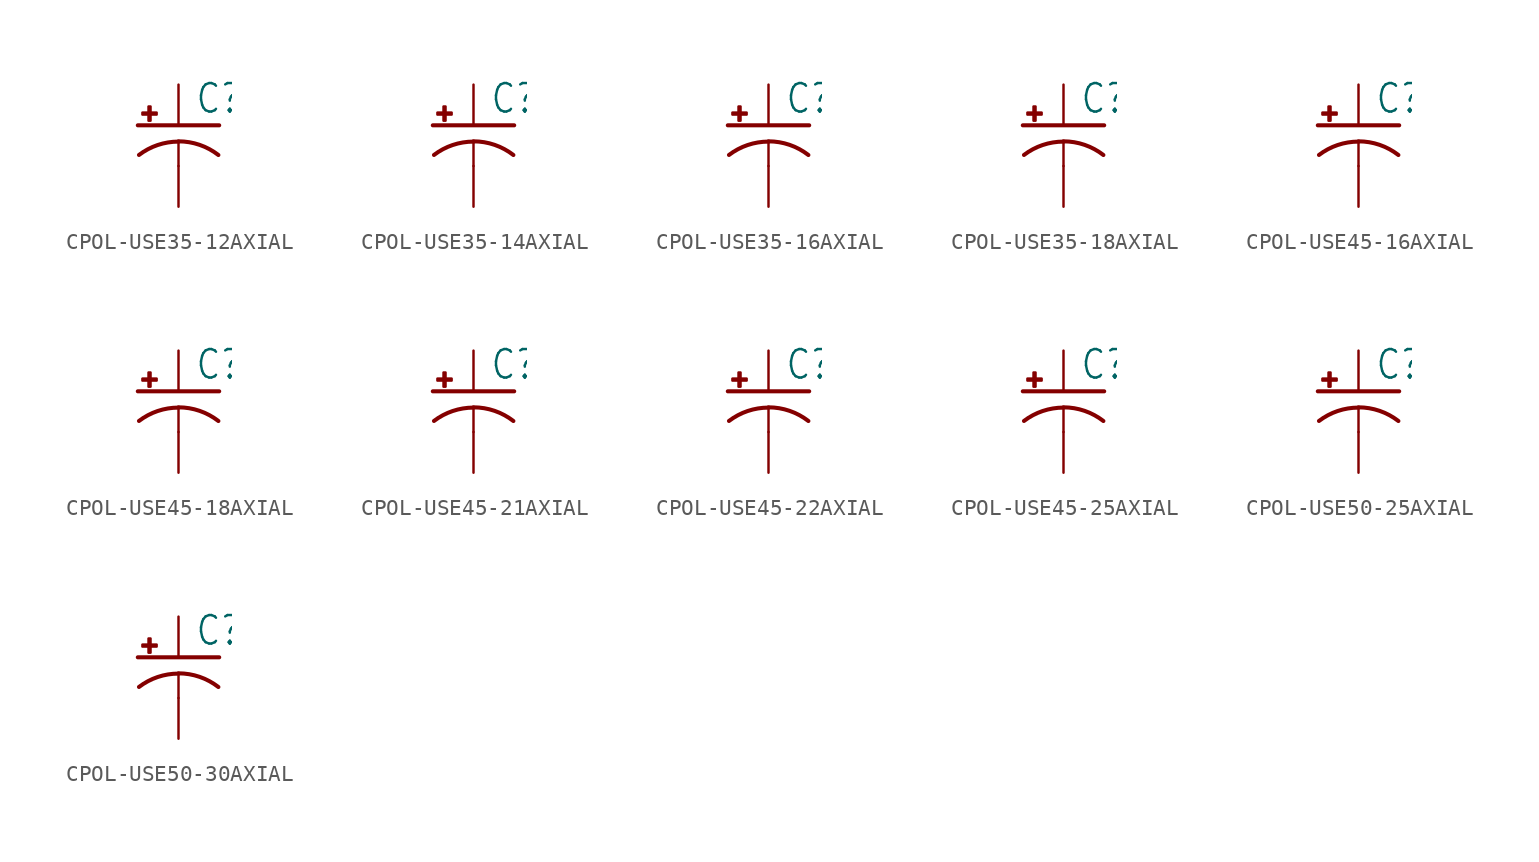
<source format=kicad_sym>
(kicad_symbol_lib
  (version 20231120)
  (generator "kicad_symbol_editor")
  (generator_version "8.0")
  (symbol "CPOL-USE35-12AXIAL"
    (property "Reference" "C"
      (at 1.016 0.635 0)
      (effects (font (size 1.778 1.511)) (justify left bottom)))
    (property "Value" ""
      (at 1.016 -4.191 0)
      (effects (font (size 1.778 1.511)) (justify left bottom)))
    (property "ki_locked" ""
      (at 0 0 0)
      (effects (font (size 1.27 1.27))))
    (symbol "CPOL-USE35-12AXIAL_1_0"
      (rectangle (start -2.253 0.668) (end -1.364 0.795) (stroke (width 0) (type default)) (fill (type outline)))
      (rectangle (start -1.872 0.287) (end -1.745 1.176) (stroke (width 0) (type default)) (fill (type outline)))
      (arc (start 0 -1.0161) (mid -1.3021 -1.2303) (end -2.4669 -1.8504) (stroke (width 0.254) (type solid)) (fill (type none)))
      (polyline (pts (xy -2.54 0) (xy 2.54 0)) (stroke (width 0.254) (type solid)) (fill (type none)))
      (polyline (pts (xy 0 -1.016) (xy 0 -2.54)) (stroke (width 0.152) (type solid)) (fill (type none)))
      (arc (start 2.4892 -1.8541) (mid 1.3158 -1.2194) (end 0 -1) (stroke (width 0.254) (type solid)) (fill (type none)))
      (pin passive line (at 0 2.54 270) (length 2.54) (name "+" (effects (font (size 0 0)))) (number "+" (effects (font (size 0 0)))))
      (pin passive line (at 0 -5.08 90) (length 2.54) (name "-" (effects (font (size 0 0)))) (number "-" (effects (font (size 0 0)))))))
  (symbol "CPOL-USE35-14AXIAL"
    (property "Reference" "C"
      (at 1.016 0.635 0)
      (effects (font (size 1.778 1.511)) (justify left bottom)))
    (property "Value" ""
      (at 1.016 -4.191 0)
      (effects (font (size 1.778 1.511)) (justify left bottom)))
    (property "ki_locked" ""
      (at 0 0 0)
      (effects (font (size 1.27 1.27))))
    (symbol "CPOL-USE35-14AXIAL_1_0"
      (rectangle (start -2.253 0.668) (end -1.364 0.795) (stroke (width 0) (type default)) (fill (type outline)))
      (rectangle (start -1.872 0.287) (end -1.745 1.176) (stroke (width 0) (type default)) (fill (type outline)))
      (arc (start 0 -1.0161) (mid -1.3021 -1.2303) (end -2.4669 -1.8504) (stroke (width 0.254) (type solid)) (fill (type none)))
      (polyline (pts (xy -2.54 0) (xy 2.54 0)) (stroke (width 0.254) (type solid)) (fill (type none)))
      (polyline (pts (xy 0 -1.016) (xy 0 -2.54)) (stroke (width 0.152) (type solid)) (fill (type none)))
      (arc (start 2.4892 -1.8541) (mid 1.3158 -1.2194) (end 0 -1) (stroke (width 0.254) (type solid)) (fill (type none)))
      (pin passive line (at 0 2.54 270) (length 2.54) (name "+" (effects (font (size 0 0)))) (number "+" (effects (font (size 0 0)))))
      (pin passive line (at 0 -5.08 90) (length 2.54) (name "-" (effects (font (size 0 0)))) (number "-" (effects (font (size 0 0)))))))
  (symbol "CPOL-USE35-16AXIAL"
    (property "Reference" "C"
      (at 1.016 0.635 0)
      (effects (font (size 1.778 1.511)) (justify left bottom)))
    (property "Value" ""
      (at 1.016 -4.191 0)
      (effects (font (size 1.778 1.511)) (justify left bottom)))
    (property "ki_locked" ""
      (at 0 0 0)
      (effects (font (size 1.27 1.27))))
    (symbol "CPOL-USE35-16AXIAL_1_0"
      (rectangle (start -2.253 0.668) (end -1.364 0.795) (stroke (width 0) (type default)) (fill (type outline)))
      (rectangle (start -1.872 0.287) (end -1.745 1.176) (stroke (width 0) (type default)) (fill (type outline)))
      (arc (start 0 -1.0161) (mid -1.3021 -1.2303) (end -2.4669 -1.8504) (stroke (width 0.254) (type solid)) (fill (type none)))
      (polyline (pts (xy -2.54 0) (xy 2.54 0)) (stroke (width 0.254) (type solid)) (fill (type none)))
      (polyline (pts (xy 0 -1.016) (xy 0 -2.54)) (stroke (width 0.152) (type solid)) (fill (type none)))
      (arc (start 2.4892 -1.8541) (mid 1.3158 -1.2194) (end 0 -1) (stroke (width 0.254) (type solid)) (fill (type none)))
      (pin passive line (at 0 2.54 270) (length 2.54) (name "+" (effects (font (size 0 0)))) (number "+" (effects (font (size 0 0)))))
      (pin passive line (at 0 -5.08 90) (length 2.54) (name "-" (effects (font (size 0 0)))) (number "-" (effects (font (size 0 0)))))))
  (symbol "CPOL-USE35-18AXIAL"
    (property "Reference" "C"
      (at 1.016 0.635 0)
      (effects (font (size 1.778 1.511)) (justify left bottom)))
    (property "Value" ""
      (at 1.016 -4.191 0)
      (effects (font (size 1.778 1.511)) (justify left bottom)))
    (property "ki_locked" ""
      (at 0 0 0)
      (effects (font (size 1.27 1.27))))
    (symbol "CPOL-USE35-18AXIAL_1_0"
      (rectangle (start -2.253 0.668) (end -1.364 0.795) (stroke (width 0) (type default)) (fill (type outline)))
      (rectangle (start -1.872 0.287) (end -1.745 1.176) (stroke (width 0) (type default)) (fill (type outline)))
      (arc (start 0 -1.0161) (mid -1.3021 -1.2303) (end -2.4669 -1.8504) (stroke (width 0.254) (type solid)) (fill (type none)))
      (polyline (pts (xy -2.54 0) (xy 2.54 0)) (stroke (width 0.254) (type solid)) (fill (type none)))
      (polyline (pts (xy 0 -1.016) (xy 0 -2.54)) (stroke (width 0.152) (type solid)) (fill (type none)))
      (arc (start 2.4892 -1.8541) (mid 1.3158 -1.2194) (end 0 -1) (stroke (width 0.254) (type solid)) (fill (type none)))
      (pin passive line (at 0 2.54 270) (length 2.54) (name "+" (effects (font (size 0 0)))) (number "+" (effects (font (size 0 0)))))
      (pin passive line (at 0 -5.08 90) (length 2.54) (name "-" (effects (font (size 0 0)))) (number "-" (effects (font (size 0 0)))))))
  (symbol "CPOL-USE45-16AXIAL"
    (property "Reference" "C"
      (at 1.016 0.635 0)
      (effects (font (size 1.778 1.511)) (justify left bottom)))
    (property "Value" ""
      (at 1.016 -4.191 0)
      (effects (font (size 1.778 1.511)) (justify left bottom)))
    (property "ki_locked" ""
      (at 0 0 0)
      (effects (font (size 1.27 1.27))))
    (symbol "CPOL-USE45-16AXIAL_1_0"
      (rectangle (start -2.253 0.668) (end -1.364 0.795) (stroke (width 0) (type default)) (fill (type outline)))
      (rectangle (start -1.872 0.287) (end -1.745 1.176) (stroke (width 0) (type default)) (fill (type outline)))
      (arc (start 0 -1.0161) (mid -1.3021 -1.2303) (end -2.4669 -1.8504) (stroke (width 0.254) (type solid)) (fill (type none)))
      (polyline (pts (xy -2.54 0) (xy 2.54 0)) (stroke (width 0.254) (type solid)) (fill (type none)))
      (polyline (pts (xy 0 -1.016) (xy 0 -2.54)) (stroke (width 0.152) (type solid)) (fill (type none)))
      (arc (start 2.4892 -1.8541) (mid 1.3158 -1.2194) (end 0 -1) (stroke (width 0.254) (type solid)) (fill (type none)))
      (pin passive line (at 0 2.54 270) (length 2.54) (name "+" (effects (font (size 0 0)))) (number "+" (effects (font (size 0 0)))))
      (pin passive line (at 0 -5.08 90) (length 2.54) (name "-" (effects (font (size 0 0)))) (number "-" (effects (font (size 0 0)))))))
  (symbol "CPOL-USE45-18AXIAL"
    (property "Reference" "C"
      (at 1.016 0.635 0)
      (effects (font (size 1.778 1.511)) (justify left bottom)))
    (property "Value" ""
      (at 1.016 -4.191 0)
      (effects (font (size 1.778 1.511)) (justify left bottom)))
    (property "ki_locked" ""
      (at 0 0 0)
      (effects (font (size 1.27 1.27))))
    (symbol "CPOL-USE45-18AXIAL_1_0"
      (rectangle (start -2.253 0.668) (end -1.364 0.795) (stroke (width 0) (type default)) (fill (type outline)))
      (rectangle (start -1.872 0.287) (end -1.745 1.176) (stroke (width 0) (type default)) (fill (type outline)))
      (arc (start 0 -1.0161) (mid -1.3021 -1.2303) (end -2.4669 -1.8504) (stroke (width 0.254) (type solid)) (fill (type none)))
      (polyline (pts (xy -2.54 0) (xy 2.54 0)) (stroke (width 0.254) (type solid)) (fill (type none)))
      (polyline (pts (xy 0 -1.016) (xy 0 -2.54)) (stroke (width 0.152) (type solid)) (fill (type none)))
      (arc (start 2.4892 -1.8541) (mid 1.3158 -1.2194) (end 0 -1) (stroke (width 0.254) (type solid)) (fill (type none)))
      (pin passive line (at 0 2.54 270) (length 2.54) (name "+" (effects (font (size 0 0)))) (number "+" (effects (font (size 0 0)))))
      (pin passive line (at 0 -5.08 90) (length 2.54) (name "-" (effects (font (size 0 0)))) (number "-" (effects (font (size 0 0)))))))
  (symbol "CPOL-USE45-21AXIAL"
    (property "Reference" "C"
      (at 1.016 0.635 0)
      (effects (font (size 1.778 1.511)) (justify left bottom)))
    (property "Value" ""
      (at 1.016 -4.191 0)
      (effects (font (size 1.778 1.511)) (justify left bottom)))
    (property "ki_locked" ""
      (at 0 0 0)
      (effects (font (size 1.27 1.27))))
    (symbol "CPOL-USE45-21AXIAL_1_0"
      (rectangle (start -2.253 0.668) (end -1.364 0.795) (stroke (width 0) (type default)) (fill (type outline)))
      (rectangle (start -1.872 0.287) (end -1.745 1.176) (stroke (width 0) (type default)) (fill (type outline)))
      (arc (start 0 -1.0161) (mid -1.3021 -1.2303) (end -2.4669 -1.8504) (stroke (width 0.254) (type solid)) (fill (type none)))
      (polyline (pts (xy -2.54 0) (xy 2.54 0)) (stroke (width 0.254) (type solid)) (fill (type none)))
      (polyline (pts (xy 0 -1.016) (xy 0 -2.54)) (stroke (width 0.152) (type solid)) (fill (type none)))
      (arc (start 2.4892 -1.8541) (mid 1.3158 -1.2194) (end 0 -1) (stroke (width 0.254) (type solid)) (fill (type none)))
      (pin passive line (at 0 2.54 270) (length 2.54) (name "+" (effects (font (size 0 0)))) (number "+" (effects (font (size 0 0)))))
      (pin passive line (at 0 -5.08 90) (length 2.54) (name "-" (effects (font (size 0 0)))) (number "-" (effects (font (size 0 0)))))))
  (symbol "CPOL-USE45-22AXIAL"
    (property "Reference" "C"
      (at 1.016 0.635 0)
      (effects (font (size 1.778 1.511)) (justify left bottom)))
    (property "Value" ""
      (at 1.016 -4.191 0)
      (effects (font (size 1.778 1.511)) (justify left bottom)))
    (property "ki_locked" ""
      (at 0 0 0)
      (effects (font (size 1.27 1.27))))
    (symbol "CPOL-USE45-22AXIAL_1_0"
      (rectangle (start -2.253 0.668) (end -1.364 0.795) (stroke (width 0) (type default)) (fill (type outline)))
      (rectangle (start -1.872 0.287) (end -1.745 1.176) (stroke (width 0) (type default)) (fill (type outline)))
      (arc (start 0 -1.0161) (mid -1.3021 -1.2303) (end -2.4669 -1.8504) (stroke (width 0.254) (type solid)) (fill (type none)))
      (polyline (pts (xy -2.54 0) (xy 2.54 0)) (stroke (width 0.254) (type solid)) (fill (type none)))
      (polyline (pts (xy 0 -1.016) (xy 0 -2.54)) (stroke (width 0.152) (type solid)) (fill (type none)))
      (arc (start 2.4892 -1.8541) (mid 1.3158 -1.2194) (end 0 -1) (stroke (width 0.254) (type solid)) (fill (type none)))
      (pin passive line (at 0 2.54 270) (length 2.54) (name "+" (effects (font (size 0 0)))) (number "+" (effects (font (size 0 0)))))
      (pin passive line (at 0 -5.08 90) (length 2.54) (name "-" (effects (font (size 0 0)))) (number "-" (effects (font (size 0 0)))))))
  (symbol "CPOL-USE45-25AXIAL"
    (property "Reference" "C"
      (at 1.016 0.635 0)
      (effects (font (size 1.778 1.511)) (justify left bottom)))
    (property "Value" ""
      (at 1.016 -4.191 0)
      (effects (font (size 1.778 1.511)) (justify left bottom)))
    (property "ki_locked" ""
      (at 0 0 0)
      (effects (font (size 1.27 1.27))))
    (symbol "CPOL-USE45-25AXIAL_1_0"
      (rectangle (start -2.253 0.668) (end -1.364 0.795) (stroke (width 0) (type default)) (fill (type outline)))
      (rectangle (start -1.872 0.287) (end -1.745 1.176) (stroke (width 0) (type default)) (fill (type outline)))
      (arc (start 0 -1.0161) (mid -1.3021 -1.2303) (end -2.4669 -1.8504) (stroke (width 0.254) (type solid)) (fill (type none)))
      (polyline (pts (xy -2.54 0) (xy 2.54 0)) (stroke (width 0.254) (type solid)) (fill (type none)))
      (polyline (pts (xy 0 -1.016) (xy 0 -2.54)) (stroke (width 0.152) (type solid)) (fill (type none)))
      (arc (start 2.4892 -1.8541) (mid 1.3158 -1.2194) (end 0 -1) (stroke (width 0.254) (type solid)) (fill (type none)))
      (pin passive line (at 0 2.54 270) (length 2.54) (name "+" (effects (font (size 0 0)))) (number "+" (effects (font (size 0 0)))))
      (pin passive line (at 0 -5.08 90) (length 2.54) (name "-" (effects (font (size 0 0)))) (number "-" (effects (font (size 0 0)))))))
  (symbol "CPOL-USE50-25AXIAL"
    (property "Reference" "C"
      (at 1.016 0.635 0)
      (effects (font (size 1.778 1.511)) (justify left bottom)))
    (property "Value" ""
      (at 1.016 -4.191 0)
      (effects (font (size 1.778 1.511)) (justify left bottom)))
    (property "ki_locked" ""
      (at 0 0 0)
      (effects (font (size 1.27 1.27))))
    (symbol "CPOL-USE50-25AXIAL_1_0"
      (rectangle (start -2.253 0.668) (end -1.364 0.795) (stroke (width 0) (type default)) (fill (type outline)))
      (rectangle (start -1.872 0.287) (end -1.745 1.176) (stroke (width 0) (type default)) (fill (type outline)))
      (arc (start 0 -1.0161) (mid -1.3021 -1.2303) (end -2.4669 -1.8504) (stroke (width 0.254) (type solid)) (fill (type none)))
      (polyline (pts (xy -2.54 0) (xy 2.54 0)) (stroke (width 0.254) (type solid)) (fill (type none)))
      (polyline (pts (xy 0 -1.016) (xy 0 -2.54)) (stroke (width 0.152) (type solid)) (fill (type none)))
      (arc (start 2.4892 -1.8541) (mid 1.3158 -1.2194) (end 0 -1) (stroke (width 0.254) (type solid)) (fill (type none)))
      (pin passive line (at 0 2.54 270) (length 2.54) (name "+" (effects (font (size 0 0)))) (number "+" (effects (font (size 0 0)))))
      (pin passive line (at 0 -5.08 90) (length 2.54) (name "-" (effects (font (size 0 0)))) (number "-" (effects (font (size 0 0)))))))
  (symbol "CPOL-USE50-30AXIAL"
    (property "Reference" "C"
      (at 1.016 0.635 0)
      (effects (font (size 1.778 1.511)) (justify left bottom)))
    (property "Value" ""
      (at 1.016 -4.191 0)
      (effects (font (size 1.778 1.511)) (justify left bottom)))
    (property "ki_locked" ""
      (at 0 0 0)
      (effects (font (size 1.27 1.27))))
    (symbol "CPOL-USE50-30AXIAL_1_0"
      (rectangle (start -2.253 0.668) (end -1.364 0.795) (stroke (width 0) (type default)) (fill (type outline)))
      (rectangle (start -1.872 0.287) (end -1.745 1.176) (stroke (width 0) (type default)) (fill (type outline)))
      (arc (start 0 -1.0161) (mid -1.3021 -1.2303) (end -2.4669 -1.8504) (stroke (width 0.254) (type solid)) (fill (type none)))
      (polyline (pts (xy -2.54 0) (xy 2.54 0)) (stroke (width 0.254) (type solid)) (fill (type none)))
      (polyline (pts (xy 0 -1.016) (xy 0 -2.54)) (stroke (width 0.152) (type solid)) (fill (type none)))
      (arc (start 2.4892 -1.8541) (mid 1.3158 -1.2194) (end 0 -1) (stroke (width 0.254) (type solid)) (fill (type none)))
      (pin passive line (at 0 2.54 270) (length 2.54) (name "+" (effects (font (size 0 0)))) (number "+" (effects (font (size 0 0)))))
      (pin passive line (at 0 -5.08 90) (length 2.54) (name "-" (effects (font (size 0 0)))) (number "-" (effects (font (size 0 0))))))))
</source>
